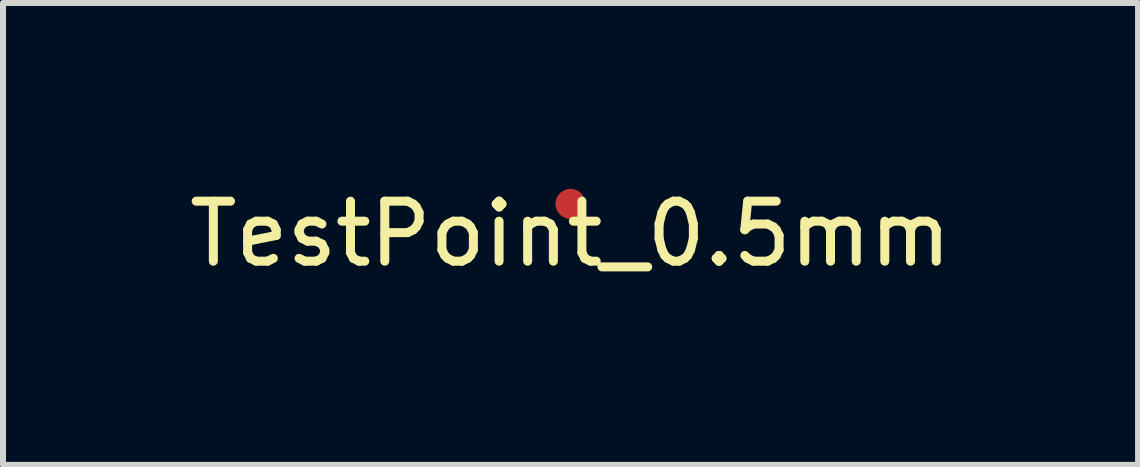
<source format=kicad_pcb>
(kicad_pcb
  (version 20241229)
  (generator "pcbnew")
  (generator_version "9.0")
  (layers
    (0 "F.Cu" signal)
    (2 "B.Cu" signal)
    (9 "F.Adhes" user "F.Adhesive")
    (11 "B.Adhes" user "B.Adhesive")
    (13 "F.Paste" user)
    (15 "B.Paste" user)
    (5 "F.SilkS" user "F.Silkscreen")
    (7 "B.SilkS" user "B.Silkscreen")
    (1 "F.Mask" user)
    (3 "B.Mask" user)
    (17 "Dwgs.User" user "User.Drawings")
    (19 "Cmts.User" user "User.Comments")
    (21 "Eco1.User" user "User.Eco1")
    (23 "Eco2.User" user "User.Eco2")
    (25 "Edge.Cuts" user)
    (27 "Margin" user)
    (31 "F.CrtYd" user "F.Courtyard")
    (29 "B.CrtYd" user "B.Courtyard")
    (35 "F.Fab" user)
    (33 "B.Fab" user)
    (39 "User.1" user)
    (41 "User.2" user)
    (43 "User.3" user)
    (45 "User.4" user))
  (footprint "TestPoint_0.5mm"
    (layer "F.Cu")
    (at 6.458 0.348)
    (property "Reference" "TestPoint_0.5mm" (at 0 0.5 0) (layer "F.SilkS") (effects (font (size 1 1) (thickness 0.15))))
    (attr through_hole)
    (pad "1" smd circle (at 0 0) (size 0.5 0.5) (layers "F.Cu" "F.Mask")))
  (gr_rect
    (start -3 -3)
    (end 15.917 4.697)
    (stroke (width 0.1) (type default))
    (fill no)
    (layer "Edge.Cuts")))
</source>
